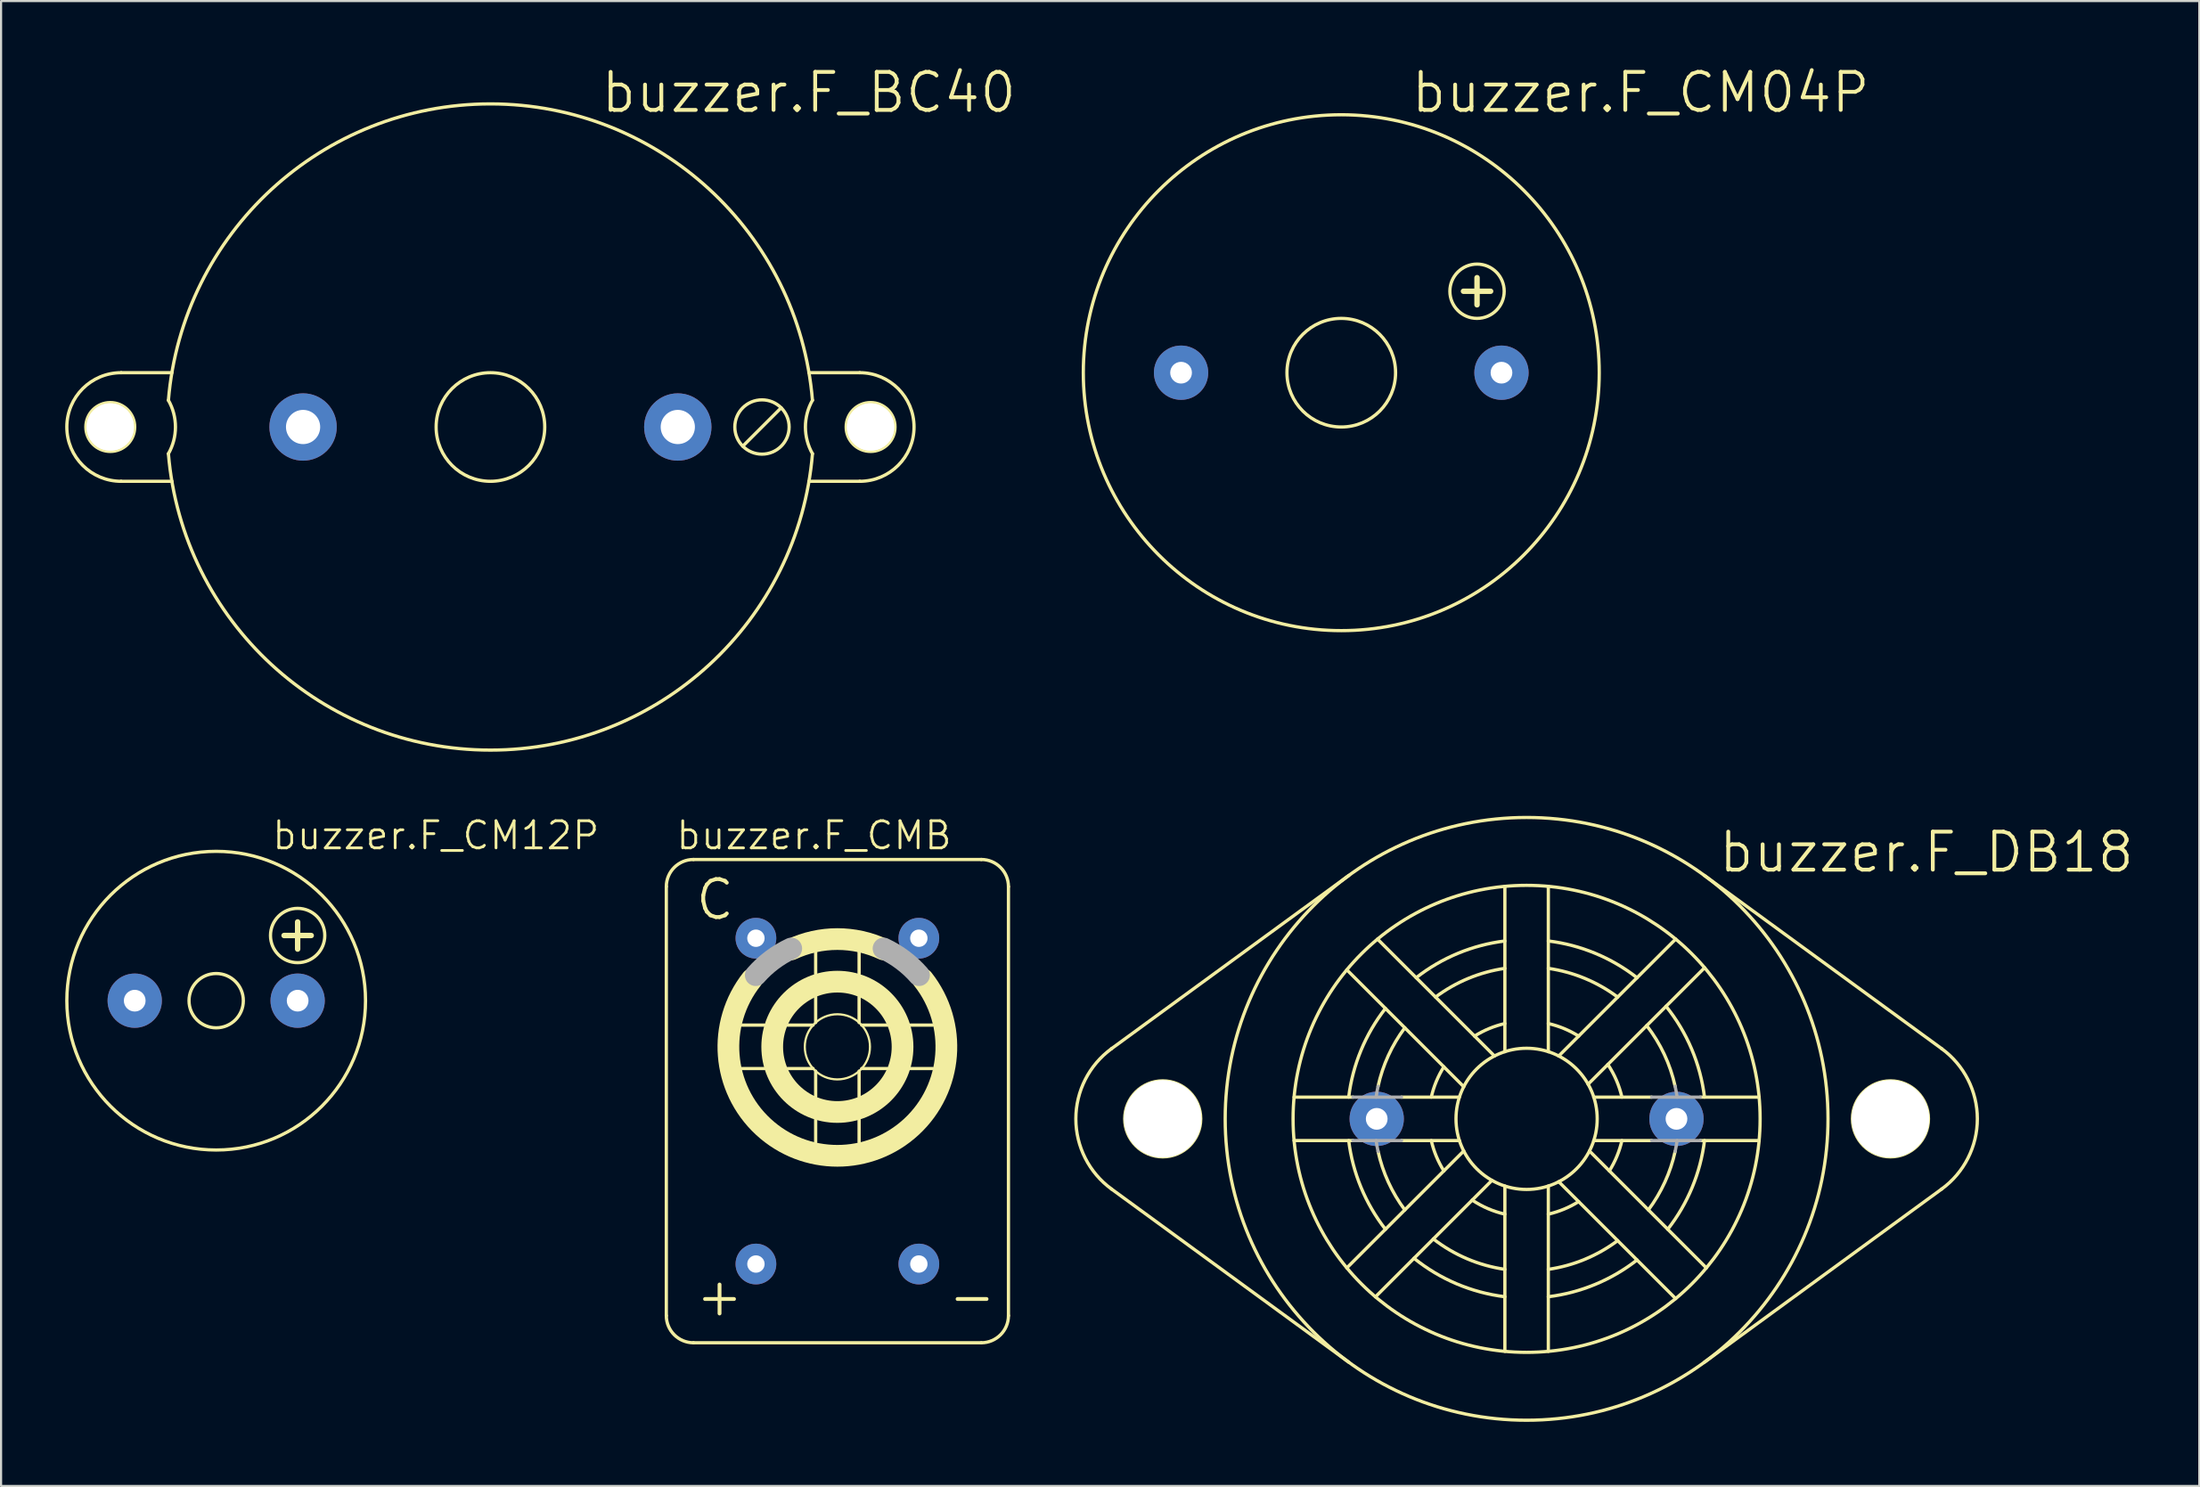
<source format=kicad_pcb>
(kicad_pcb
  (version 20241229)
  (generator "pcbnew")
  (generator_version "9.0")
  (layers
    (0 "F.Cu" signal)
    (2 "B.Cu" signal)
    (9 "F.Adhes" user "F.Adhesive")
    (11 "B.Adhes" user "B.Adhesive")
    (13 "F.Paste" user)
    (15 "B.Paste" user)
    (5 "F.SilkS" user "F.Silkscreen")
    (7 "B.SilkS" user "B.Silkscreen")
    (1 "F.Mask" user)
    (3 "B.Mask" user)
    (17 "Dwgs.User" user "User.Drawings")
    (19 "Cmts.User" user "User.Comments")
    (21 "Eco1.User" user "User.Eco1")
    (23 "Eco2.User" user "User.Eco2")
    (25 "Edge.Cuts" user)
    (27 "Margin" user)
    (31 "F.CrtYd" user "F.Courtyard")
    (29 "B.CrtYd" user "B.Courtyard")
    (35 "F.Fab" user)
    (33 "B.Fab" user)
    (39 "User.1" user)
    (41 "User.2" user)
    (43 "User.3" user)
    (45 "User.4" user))
  (footprint "buzzer.F_CMB"
    (layer "F.Cu")
    (at 36.115 48.456)
    (property "Reference" "buzzer.F_CMB" (at -7.62 -11.684 0) (layer "F.SilkS") (effects (font (size 1.27 1.27) (thickness 0.13)) (justify left bottom)))
    (attr through_hole)
    (fp_line (start -8.001 -10.033) (end -8.001 10.033) (stroke (width 0.152) (type default)) (layer "F.SilkS"))
    (fp_line (start -6.731 -11.303) (end 6.731 -11.303) (stroke (width 0.152) (type default)) (layer "F.SilkS"))
    (fp_line (start -6.731 11.303) (end 6.731 11.303) (stroke (width 0.152) (type default)) (layer "F.SilkS"))
    (fp_line (start -4.46 -3.556) (end -3.408 -3.556) (stroke (width 0.152) (type default)) (layer "F.SilkS"))
    (fp_line (start -4.46 -1.524) (end -3.408 -1.524) (stroke (width 0.152) (type default)) (layer "F.SilkS"))
    (fp_line (start -2.328 -3.556) (end -1.136 -3.556) (stroke (width 0.152) (type default)) (layer "F.SilkS"))
    (fp_line (start -2.328 -1.524) (end -1.136 -1.524) (stroke (width 0.152) (type default)) (layer "F.SilkS"))
    (fp_line (start -1.016 -7) (end -1.016 -5.948) (stroke (width 0.152) (type default)) (layer "F.SilkS"))
    (fp_line (start -1.016 -4.868) (end -1.016 -3.676) (stroke (width 0.152) (type default)) (layer "F.SilkS"))
    (fp_line (start -1.016 -1.404) (end -1.016 -0.212) (stroke (width 0.152) (type default)) (layer "F.SilkS"))
    (fp_line (start -1.016 0.868) (end -1.016 1.92) (stroke (width 0.152) (type default)) (layer "F.SilkS"))
    (fp_line (start 1.016 -7) (end 1.016 -5.948) (stroke (width 0.152) (type default)) (layer "F.SilkS"))
    (fp_line (start 1.016 -4.868) (end 1.016 -3.676) (stroke (width 0.152) (type default)) (layer "F.SilkS"))
    (fp_line (start 1.016 -1.404) (end 1.016 -0.212) (stroke (width 0.152) (type default)) (layer "F.SilkS"))
    (fp_line (start 1.016 0.868) (end 1.016 1.92) (stroke (width 0.152) (type default)) (layer "F.SilkS"))
    (fp_line (start 1.136 -3.556) (end 2.328 -3.556) (stroke (width 0.152) (type default)) (layer "F.SilkS"))
    (fp_line (start 1.136 -1.524) (end 2.328 -1.524) (stroke (width 0.152) (type default)) (layer "F.SilkS"))
    (fp_line (start 3.408 -3.556) (end 4.46 -3.556) (stroke (width 0.152) (type default)) (layer "F.SilkS"))
    (fp_line (start 3.408 -1.524) (end 4.46 -1.524) (stroke (width 0.152) (type default)) (layer "F.SilkS"))
    (fp_line (start 8.001 -10.033) (end 8.001 10.033) (stroke (width 0.152) (type default)) (layer "F.SilkS"))
    (fp_arc (start -8.001 -10.033) (mid -7.629026 -10.931026) (end -6.731 -11.303) (stroke (width 0.1524) (type default)) (layer "F.SilkS"))
    (fp_arc (start -6.731 11.303) (mid -7.629026 10.931026) (end -8.001 10.033) (stroke (width 0.1524) (type default)) (layer "F.SilkS"))
    (fp_arc (start -2.1585 -7.098596) (mid 0 -7.579981) (end 2.1585 -7.098596) (stroke (width 1.016) (type default)) (layer "F.SilkS"))
    (fp_arc (start 3.999999 -5.699999) (mid 0 2.557607) (end -3.999999 -5.699999) (stroke (width 1.016) (type default)) (layer "F.SilkS"))
    (fp_arc (start 6.731 -11.303) (mid 7.629026 -10.931026) (end 8.001 -10.033) (stroke (width 0.1524) (type default)) (layer "F.SilkS"))
    (fp_arc (start 8.001 10.033) (mid 7.629026 10.931026) (end 6.731 11.303) (stroke (width 0.1524) (type default)) (layer "F.SilkS"))
    (fp_circle (center 0 -2.54) (end 1.524 -2.54) (stroke (width 0.1) (type default)) (fill no) (layer "F.SilkS"))
    (fp_circle (center 0 -2.54) (end 3.048 -2.54) (stroke (width 1.016) (type default)) (fill no) (layer "F.SilkS"))
    (fp_arc (start -3.8173 -5.8918) (mid -3.052241 -6.600803) (end -2.1585 -7.1386) (stroke (width 1.016) (type default)) (layer "F.Fab"))
    (fp_arc (start 2.1585 -7.1386) (mid 3.052241 -6.600803) (end 3.8173 -5.8918) (stroke (width 1.016) (type default)) (layer "F.Fab"))
    (fp_text user "C" (at -6.731 -8.382 0) (layer "F.SilkS") (effects (font (size 1.778 1.778) (thickness 0.18)) (justify left bottom)))
    (fp_text user "-" (at 5.08 10.16 0) (layer "F.SilkS") (effects (font (size 1.778 1.778) (thickness 0.18)) (justify left bottom)))
    (fp_text user "+" (at -6.731 10.16 0) (layer "F.SilkS") (effects (font (size 1.778 1.778) (thickness 0.18)) (justify left bottom)))
    (pad "+" thru_hole circle (at -3.81 7.62) (size 1.905 1.905) (drill 0.813) (layers "*.Cu" "*.Mask"))
    (pad "-" thru_hole circle (at 3.81 7.62) (size 1.905 1.905) (drill 0.813) (layers "*.Cu" "*.Mask"))
    (pad "7" thru_hole circle (at 3.81 -7.62) (size 1.905 1.905) (drill 0.813) (layers "*.Cu" "*.Mask"))
    (pad "C" thru_hole circle (at -3.81 -7.62) (size 1.905 1.905) (drill 0.813) (layers "*.Cu" "*.Mask")))
  (footprint "buzzer.F_CM12P"
    (layer "F.Cu")
    (at 7.061 43.757)
    (property "Reference" "buzzer.F_CM12P" (at 2.54 -6.985 0) (layer "F.SilkS") (effects (font (size 1.27 1.27) (thickness 0.13)) (justify left bottom)))
    (attr through_hole)
    (fp_line (start 3.175 -3.048) (end 4.445 -3.048) (stroke (width 0.254) (type default)) (layer "F.SilkS"))
    (fp_line (start 3.81 -3.683) (end 3.81 -2.413) (stroke (width 0.254) (type default)) (layer "F.SilkS"))
    (fp_circle (center 0 0) (end 1.27 0) (stroke (width 0.152) (type default)) (fill no) (layer "F.SilkS"))
    (fp_circle (center 0 0) (end 6.985 0) (stroke (width 0.152) (type default)) (fill no) (layer "F.SilkS"))
    (fp_circle (center 3.81 -3.048) (end 5.08 -3.048) (stroke (width 0.152) (type default)) (fill no) (layer "F.SilkS"))
    (pad "+" thru_hole circle (at 3.81 0) (size 2.54 2.54) (drill 1.016) (layers "*.Cu" "*.Mask"))
    (pad "-" thru_hole circle (at -3.81 0) (size 2.54 2.54) (drill 1.016) (layers "*.Cu" "*.Mask")))
  (footprint "buzzer.F_CM04P"
    (layer "F.Cu")
    (at 59.682 14.383)
    (property "Reference" "buzzer.F_CM04P" (at 3.175 -12.065 0) (layer "F.SilkS") (effects (font (size 1.778 1.778) (thickness 0.18)) (justify left bottom)))
    (attr through_hole)
    (fp_line (start 5.715 -3.81) (end 6.985 -3.81) (stroke (width 0.254) (type default)) (layer "F.SilkS"))
    (fp_line (start 6.35 -4.445) (end 6.35 -3.175) (stroke (width 0.254) (type default)) (layer "F.SilkS"))
    (fp_circle (center 0 0) (end 2.54 0) (stroke (width 0.152) (type default)) (fill no) (layer "F.SilkS"))
    (fp_circle (center 0 0) (end 12.065 0) (stroke (width 0.152) (type default)) (fill no) (layer "F.SilkS"))
    (fp_circle (center 6.35 -3.81) (end 7.62 -3.81) (stroke (width 0.152) (type default)) (fill no) (layer "F.SilkS"))
    (pad "+" thru_hole circle (at 7.493 0) (size 2.54 2.54) (drill 1.016) (layers "*.Cu" "*.Mask"))
    (pad "-" thru_hole circle (at -7.493 0) (size 2.54 2.54) (drill 1.016) (layers "*.Cu" "*.Mask")))
  (footprint "buzzer.F_DB18"
    (layer "F.Cu")
    (at 68.35 49.285)
    (property "Reference" "buzzer.F_DB18" (at 8.89 -11.43 0) (layer "F.SilkS") (effects (font (size 1.778 1.778) (thickness 0.18)) (justify left bottom)))
    (attr through_hole)
    (fp_line (start -10.875 -1.016) (end -8.121 -1.016) (stroke (width 0.152) (type default)) (layer "F.SilkS"))
    (fp_line (start -10.875 1.016) (end -8.121 1.016) (stroke (width 0.152) (type default)) (layer "F.SilkS"))
    (fp_line (start -8.408 -6.971) (end -2.94 -1.503) (stroke (width 0.152) (type default)) (layer "F.SilkS"))
    (fp_line (start -8.408 6.971) (end -2.94 1.503) (stroke (width 0.152) (type default)) (layer "F.SilkS"))
    (fp_line (start -8.311 -11.387) (end -19.414 -3.283) (stroke (width 0.152) (type default)) (layer "F.SilkS"))
    (fp_line (start -8.311 11.387) (end -19.414 3.283) (stroke (width 0.152) (type default)) (layer "F.SilkS"))
    (fp_line (start -7.069 8.326) (end -1.62 2.877) (stroke (width 0.152) (type default)) (layer "F.SilkS"))
    (fp_line (start -6.971 -8.408) (end -1.503 -2.94) (stroke (width 0.152) (type default)) (layer "F.SilkS"))
    (fp_line (start -5.849 -1.016) (end -3.142 -1.016) (stroke (width 0.152) (type default)) (layer "F.SilkS"))
    (fp_line (start -5.849 1.016) (end -3.142 1.016) (stroke (width 0.152) (type default)) (layer "F.SilkS"))
    (fp_line (start -1.016 -3.142) (end -1.016 -10.875) (stroke (width 0.152) (type default)) (layer "F.SilkS"))
    (fp_line (start -1.016 10.875) (end -1.016 3.142) (stroke (width 0.152) (type default)) (layer "F.SilkS"))
    (fp_line (start 1.016 -3.142) (end 1.016 -10.875) (stroke (width 0.152) (type default)) (layer "F.SilkS"))
    (fp_line (start 1.016 10.875) (end 1.016 3.142) (stroke (width 0.152) (type default)) (layer "F.SilkS"))
    (fp_line (start 1.503 -2.94) (end 6.971 -8.408) (stroke (width 0.152) (type default)) (layer "F.SilkS"))
    (fp_line (start 1.503 2.94) (end 6.971 8.408) (stroke (width 0.152) (type default)) (layer "F.SilkS"))
    (fp_line (start 2.877 -1.62) (end 8.326 -7.069) (stroke (width 0.152) (type default)) (layer "F.SilkS"))
    (fp_line (start 2.94 1.503) (end 8.408 6.971) (stroke (width 0.152) (type default)) (layer "F.SilkS"))
    (fp_line (start 3.142 -1.016) (end 5.849 -1.016) (stroke (width 0.152) (type default)) (layer "F.SilkS"))
    (fp_line (start 3.142 1.016) (end 5.849 1.016) (stroke (width 0.152) (type default)) (layer "F.SilkS"))
    (fp_line (start 8.121 -1.016) (end 10.875 -1.016) (stroke (width 0.152) (type default)) (layer "F.SilkS"))
    (fp_line (start 8.121 1.016) (end 10.875 1.016) (stroke (width 0.152) (type default)) (layer "F.SilkS"))
    (fp_line (start 8.311 -11.387) (end 19.414 -3.283) (stroke (width 0.152) (type default)) (layer "F.SilkS"))
    (fp_line (start 8.311 11.387) (end 19.414 3.283) (stroke (width 0.152) (type default)) (layer "F.SilkS"))
    (fp_arc (start -19.414 3.283) (mid -21.082064 0.0004) (end -19.414 -3.2822) (stroke (width 0.1524) (type default)) (layer "F.SilkS"))
    (fp_arc (start -8.3202 -1.016) (mid -7.74396 -3.207627) (end -6.6017 -5.1648) (stroke (width 0.1524) (type default)) (layer "F.SilkS"))
    (fp_arc (start -6.9469 -1.5235) (mid -6.467617 -2.958099) (end -5.6958 -4.2589) (stroke (width 0.1524) (type default)) (layer "F.SilkS"))
    (fp_arc (start -6.6017 5.1648) (mid -7.74396 3.207627) (end -8.3202 1.016) (stroke (width 0.1524) (type default)) (layer "F.SilkS"))
    (fp_arc (start -5.6958 4.2589) (mid -6.467617 2.958099) (end -6.9469 1.5235) (stroke (width 0.1524) (type default)) (layer "F.SilkS"))
    (fp_arc (start -5.1648 -6.6017) (mid -3.207627 -7.74396) (end -1.016 -8.3202) (stroke (width 0.1524) (type default)) (layer "F.SilkS"))
    (fp_arc (start -4.4577 -1.016) (mid -4.223994 -1.749609) (end -3.8705 -2.4336) (stroke (width 0.1524) (type default)) (layer "F.SilkS"))
    (fp_arc (start -4.2589 -5.6958) (mid -2.721624 -6.570656) (end -1.016 -7.0391) (stroke (width 0.1524) (type default)) (layer "F.SilkS"))
    (fp_arc (start -3.8705 2.4336) (mid -4.223994 1.749609) (end -4.4577 1.016) (stroke (width 0.1524) (type default)) (layer "F.SilkS"))
    (fp_arc (start -2.4336 -3.8705) (mid -1.749609 -4.223994) (end -1.016 -4.4577) (stroke (width 0.1524) (type default)) (layer "F.SilkS"))
    (fp_arc (start -1.016 4.4577) (mid -1.809452 4.198715) (end -2.5426 3.7998) (stroke (width 0.1524) (type default)) (layer "F.SilkS"))
    (fp_arc (start -1.016 7.0391) (mid -2.780747 6.545859) (end -4.3609 5.6181) (stroke (width 0.1524) (type default)) (layer "F.SilkS"))
    (fp_arc (start -1.016 8.3202) (mid -3.266594 7.719294) (end -5.2649 6.5222) (stroke (width 0.1524) (type default)) (layer "F.SilkS"))
    (fp_arc (start 1.016 -8.3202) (mid 3.207627 -7.74396) (end 5.1648 -6.6017) (stroke (width 0.1524) (type default)) (layer "F.SilkS"))
    (fp_arc (start 1.016 -7.039) (mid 2.721618 -6.570607) (end 4.2589 -5.6958) (stroke (width 0.1524) (type default)) (layer "F.SilkS"))
    (fp_arc (start 1.016 -4.4577) (mid 1.749609 -4.223994) (end 2.4336 -3.8705) (stroke (width 0.1524) (type default)) (layer "F.SilkS"))
    (fp_arc (start 2.4336 3.8705) (mid 1.749609 4.223994) (end 1.016 4.4577) (stroke (width 0.1524) (type default)) (layer "F.SilkS"))
    (fp_arc (start 3.7998 -2.5426) (mid 4.198715 -1.809452) (end 4.4577 -1.016) (stroke (width 0.1524) (type default)) (layer "F.SilkS"))
    (fp_arc (start 4.2589 5.6958) (mid 2.721624 6.570656) (end 1.016 7.0391) (stroke (width 0.1524) (type default)) (layer "F.SilkS"))
    (fp_arc (start 4.4577 1.016) (mid 4.223994 1.749609) (end 3.8705 2.4336) (stroke (width 0.1524) (type default)) (layer "F.SilkS"))
    (fp_arc (start 5.1648 6.6017) (mid 3.207627 7.74396) (end 1.016 8.3202) (stroke (width 0.1524) (type default)) (layer "F.SilkS"))
    (fp_arc (start 5.6181 -4.3609) (mid 6.440692 -3.016284) (end 6.9469 -1.5235) (stroke (width 0.1524) (type default)) (layer "F.SilkS"))
    (fp_arc (start 6.5222 -5.2649) (mid 7.719294 -3.266594) (end 8.3202 -1.016) (stroke (width 0.1524) (type default)) (layer "F.SilkS"))
    (fp_arc (start 6.9469 1.5235) (mid 6.467617 2.958099) (end 5.6958 4.2589) (stroke (width 0.1524) (type default)) (layer "F.SilkS"))
    (fp_arc (start 8.3202 1.016) (mid 7.74396 3.207627) (end 6.6017 5.1648) (stroke (width 0.1524) (type default)) (layer "F.SilkS"))
    (fp_arc (start 19.414 -3.2822) (mid 21.082064 0.0004) (end 19.414 3.283) (stroke (width 0.1524) (type default)) (layer "F.SilkS"))
    (fp_circle (center -17.018 0) (end -15.24 0) (stroke (width 0.152) (type default)) (fill no) (layer "F.SilkS"))
    (fp_circle (center 0 0) (end 3.302 0) (stroke (width 0.152) (type default)) (fill no) (layer "F.SilkS"))
    (fp_circle (center 0 0) (end 10.922 0) (stroke (width 0.152) (type default)) (fill no) (layer "F.SilkS"))
    (fp_circle (center 0 0) (end 14.097 0) (stroke (width 0.152) (type default)) (fill no) (layer "F.SilkS"))
    (fp_circle (center 17.018 0) (end 18.796 0) (stroke (width 0.152) (type default)) (fill no) (layer "F.SilkS"))
    (fp_line (start -8.121 -1.016) (end -5.849 -1.016) (stroke (width 0.152) (type default)) (layer "F.Fab"))
    (fp_line (start -8.121 1.016) (end -5.849 1.016) (stroke (width 0.152) (type default)) (layer "F.Fab"))
    (fp_line (start 5.849 -1.016) (end 8.121 -1.016) (stroke (width 0.152) (type default)) (layer "F.Fab"))
    (fp_line (start 5.849 1.016) (end 8.121 1.016) (stroke (width 0.152) (type default)) (layer "F.Fab"))
    (fp_arc (start -7.0391 -1.016) (mid -6.997602 -1.270586) (end -6.9469 -1.5235) (stroke (width 0.1524) (type default)) (layer "F.Fab"))
    (fp_arc (start -6.9469 1.5235) (mid -6.997602 1.270586) (end -7.0391 1.016) (stroke (width 0.1524) (type default)) (layer "F.Fab"))
    (fp_arc (start 6.9469 -1.5235) (mid 6.997602 -1.270586) (end 7.0391 -1.016) (stroke (width 0.1524) (type default)) (layer "F.Fab"))
    (fp_arc (start 7.0391 1.016) (mid 6.997602 1.270586) (end 6.9469 1.5235) (stroke (width 0.1524) (type default)) (layer "F.Fab"))
    (pad "" np_thru_hole circle (at -17.018 0) (size 3.607 3.607) (drill 3.607) (layers "*.Cu" "*.Mask"))
    (pad "" np_thru_hole circle (at -17.018 0) (size 3.607 3.607) (drill 3.607) (layers "*.Cu" "*.Mask"))
    (pad "" np_thru_hole circle (at 17.018 0) (size 3.607 3.607) (drill 3.607) (layers "*.Cu" "*.Mask"))
    (pad "" np_thru_hole circle (at 17.018 0) (size 3.607 3.607) (drill 3.607) (layers "*.Cu" "*.Mask"))
    (pad "+" thru_hole circle (at 7.01 0) (size 2.54 2.54) (drill 1.016) (layers "*.Cu" "*.Mask"))
    (pad "-" thru_hole circle (at -7.01 0) (size 2.54 2.54) (drill 1.016) (layers "*.Cu" "*.Mask")))
  (footprint "buzzer.F_BC40"
    (layer "F.Cu")
    (at 19.888 16.923)
    (property "Reference" "buzzer.F_BC40" (at 5.08 -14.605 0) (layer "F.SilkS") (effects (font (size 1.778 1.778) (thickness 0.18)) (justify left bottom)))
    (attr through_hole)
    (fp_line (start -14.898 -2.54) (end -17.272 -2.54) (stroke (width 0.152) (type default)) (layer "F.SilkS"))
    (fp_line (start -14.898 2.54) (end -17.272 2.54) (stroke (width 0.152) (type default)) (layer "F.SilkS"))
    (fp_line (start 11.802 0.898) (end 13.598 -0.898) (stroke (width 0.152) (type default)) (layer "F.SilkS"))
    (fp_line (start 14.898 -2.54) (end 17.272 -2.54) (stroke (width 0.152) (type default)) (layer "F.SilkS"))
    (fp_line (start 14.898 2.54) (end 17.272 2.54) (stroke (width 0.152) (type default)) (layer "F.SilkS"))
    (fp_arc (start -17.272 2.54) (mid -19.812 0) (end -17.272 -2.54) (stroke (width 0.1524) (type default)) (layer "F.SilkS"))
    (fp_arc (start -15.0612 -1.2505) (mid -14.732042 0) (end -15.0612 1.2505) (stroke (width 0.1524) (type default)) (layer "F.SilkS"))
    (fp_arc (start -15.0612 -1.2505) (mid 0 -15.113024) (end 15.0612 -1.2505) (stroke (width 0.1524) (type default)) (layer "F.SilkS"))
    (fp_arc (start 15.0612 1.2505) (mid 0 15.113024) (end -15.0612 1.2505) (stroke (width 0.1524) (type default)) (layer "F.SilkS"))
    (fp_arc (start 15.0612 1.2505) (mid 14.732042 0) (end 15.0612 -1.2505) (stroke (width 0.1524) (type default)) (layer "F.SilkS"))
    (fp_arc (start 17.272 -2.54) (mid 19.812 0) (end 17.272 2.54) (stroke (width 0.1524) (type default)) (layer "F.SilkS"))
    (fp_circle (center -17.78 0) (end -16.637 0) (stroke (width 0.152) (type default)) (fill no) (layer "F.SilkS"))
    (fp_circle (center 0 0) (end 2.54 0) (stroke (width 0.152) (type default)) (fill no) (layer "F.SilkS"))
    (fp_circle (center 12.7 0) (end 13.97 0) (stroke (width 0.152) (type default)) (fill no) (layer "F.SilkS"))
    (fp_circle (center 17.78 0) (end 18.923 0) (stroke (width 0.152) (type default)) (fill no) (layer "F.SilkS"))
    (pad "" np_thru_hole circle (at -17.78 0) (size 2.21 2.21) (drill 2.21) (layers "*.Cu" "*.Mask"))
    (pad "" np_thru_hole circle (at -17.78 0) (size 2.21 2.21) (drill 2.21) (layers "*.Cu" "*.Mask"))
    (pad "" np_thru_hole circle (at 17.78 0) (size 2.21 2.21) (drill 2.21) (layers "*.Cu" "*.Mask"))
    (pad "" np_thru_hole circle (at 17.78 0) (size 2.21 2.21) (drill 2.21) (layers "*.Cu" "*.Mask"))
    (pad "+" thru_hole circle (at 8.763 0) (size 3.15 3.15) (drill 1.6) (layers "*.Cu" "*.Mask"))
    (pad "-" thru_hole circle (at -8.763 0) (size 3.15 3.15) (drill 1.6) (layers "*.Cu" "*.Mask")))
  (gr_rect
    (start -3 -3)
    (end 99.813 66.459)
    (stroke (width 0.1) (type default))
    (fill no)
    (layer "Edge.Cuts")))
</source>
